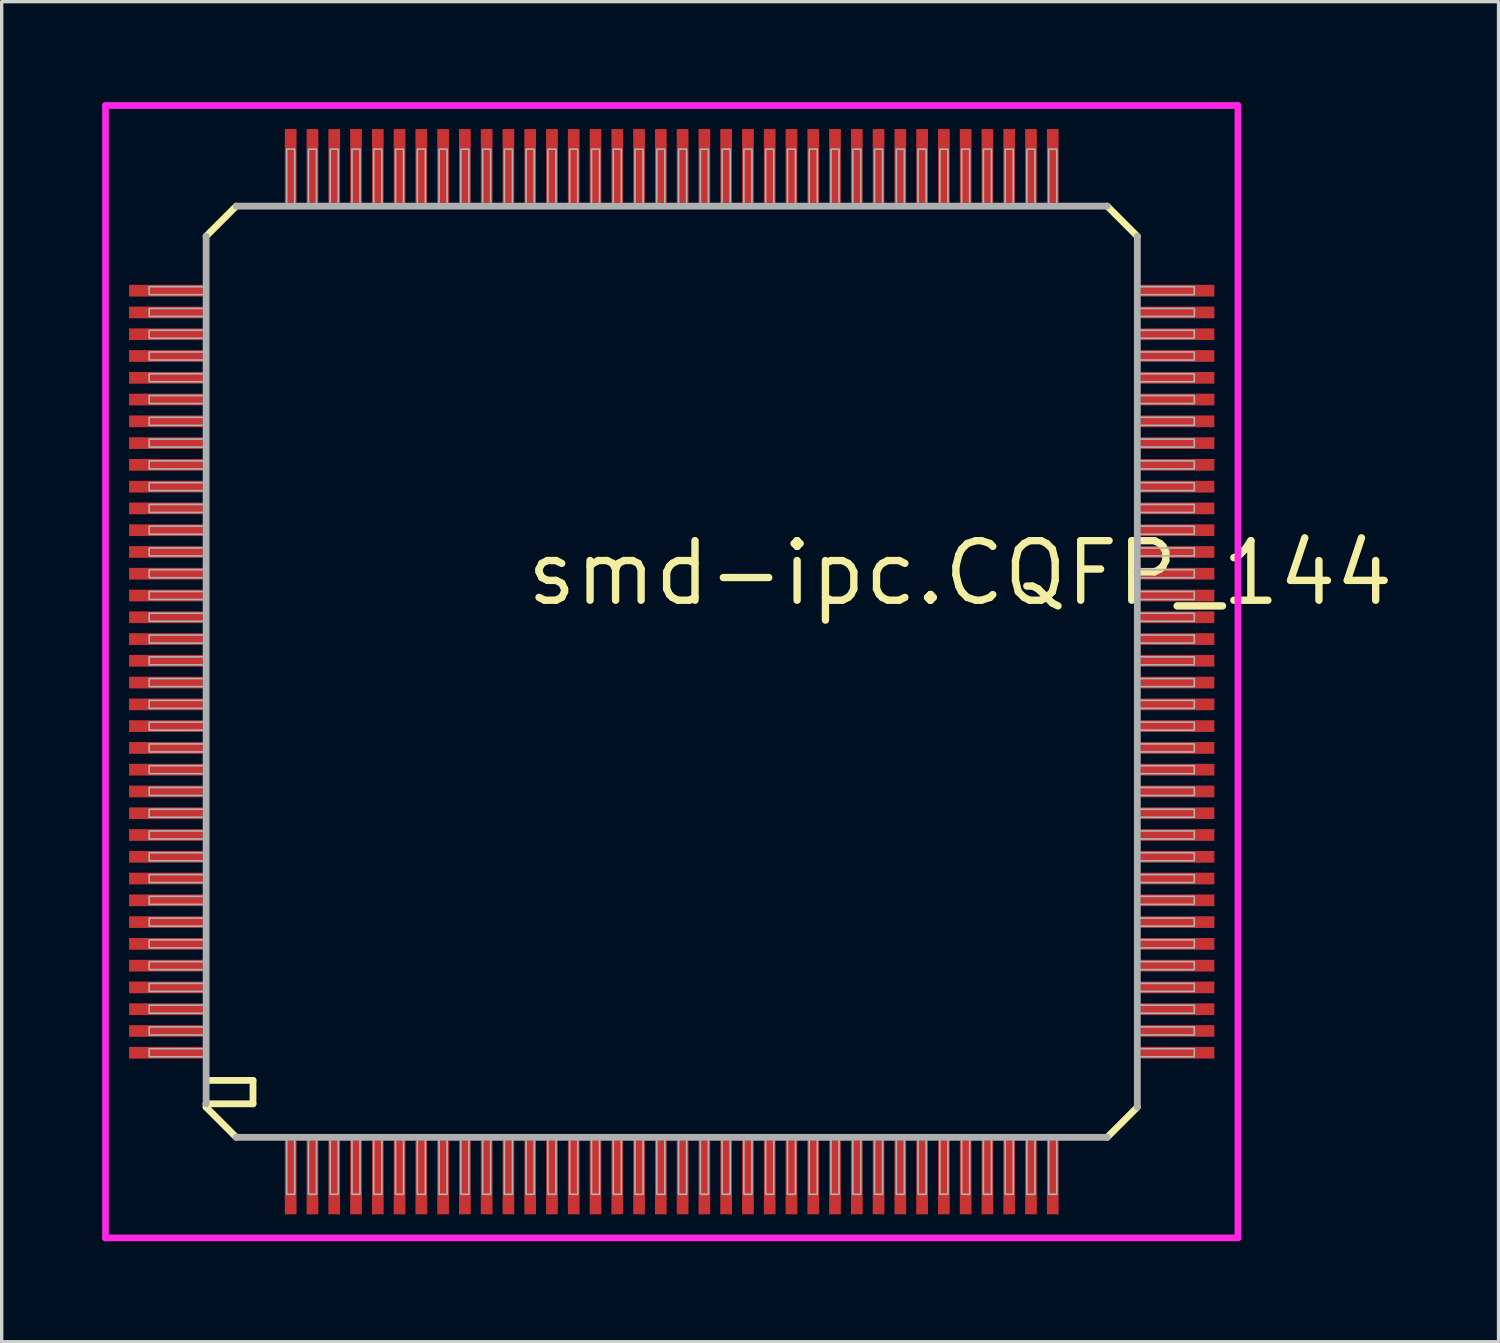
<source format=kicad_pcb>
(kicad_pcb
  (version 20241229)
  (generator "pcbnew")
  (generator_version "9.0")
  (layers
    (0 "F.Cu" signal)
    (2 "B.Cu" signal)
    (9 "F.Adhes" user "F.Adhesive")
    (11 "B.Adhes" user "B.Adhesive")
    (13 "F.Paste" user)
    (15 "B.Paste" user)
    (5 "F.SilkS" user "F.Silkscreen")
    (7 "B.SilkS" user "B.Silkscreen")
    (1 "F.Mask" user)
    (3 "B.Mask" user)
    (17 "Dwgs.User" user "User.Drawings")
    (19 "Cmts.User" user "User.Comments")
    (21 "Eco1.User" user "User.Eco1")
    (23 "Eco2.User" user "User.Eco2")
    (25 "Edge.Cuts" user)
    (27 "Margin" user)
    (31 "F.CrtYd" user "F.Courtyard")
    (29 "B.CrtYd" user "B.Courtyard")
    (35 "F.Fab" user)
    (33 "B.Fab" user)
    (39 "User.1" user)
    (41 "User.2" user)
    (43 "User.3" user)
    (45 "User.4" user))
  (footprint "smd-ipc.CQFP_144"
    (layer "F.Cu")
    (at 17.003 17.003)
    (property "Reference" "smd-ipc.CQFP_144" (at -4.445 -1.905 0) (layer "F.SilkS") (effects (font (size 1.778 1.778) (thickness 0.22)) (justify left bottom)))
    (attr smd)
    (fp_line (start -13.9 -13) (end -13 -13.9) (stroke (width 0.203) (type default)) (layer "F.SilkS"))
    (fp_line (start -13.9 12.9) (end -13.9 13) (stroke (width 0.203) (type default)) (layer "F.SilkS"))
    (fp_line (start -13.9 12.9) (end -12.5 12.9) (stroke (width 0.203) (type default)) (layer "F.SilkS"))
    (fp_line (start -13.9 13) (end -13 13.9) (stroke (width 0.203) (type default)) (layer "F.SilkS"))
    (fp_line (start -12.5 12.2) (end -13.8 12.2) (stroke (width 0.203) (type default)) (layer "F.SilkS"))
    (fp_line (start -12.5 12.9) (end -12.5 12.2) (stroke (width 0.203) (type default)) (layer "F.SilkS"))
    (fp_line (start 13 -13.9) (end 13.9 -13) (stroke (width 0.203) (type default)) (layer "F.SilkS"))
    (fp_line (start 13 13.9) (end 13.9 13) (stroke (width 0.203) (type default)) (layer "F.SilkS"))
    (fp_line (start -16.903 -16.903) (end 16.903 -16.903) (stroke (width 0.2) (type default)) (layer "F.CrtYd"))
    (fp_line (start -16.903 16.903) (end -16.903 -16.903) (stroke (width 0.2) (type default)) (layer "F.CrtYd"))
    (fp_line (start 16.903 -16.903) (end 16.903 16.903) (stroke (width 0.2) (type default)) (layer "F.CrtYd"))
    (fp_line (start 16.903 16.903) (end -16.903 16.903) (stroke (width 0.2) (type default)) (layer "F.CrtYd"))
    (fp_line (start -13.9 -13) (end -13.9 12.9) (stroke (width 0.203) (type default)) (layer "F.Fab"))
    (fp_line (start -13 13.9) (end 13 13.9) (stroke (width 0.203) (type default)) (layer "F.Fab"))
    (fp_line (start 13 -13.9) (end -13 -13.9) (stroke (width 0.203) (type default)) (layer "F.Fab"))
    (fp_line (start 13.9 13) (end 13.9 -13) (stroke (width 0.203) (type default)) (layer "F.Fab"))
    (fp_rect (start -15.6 -11.255) (end -13.9 -11.495) (stroke (width 0.05) (type default)) (fill no) (layer "F.Fab"))
    (fp_rect (start -15.6 -10.605) (end -13.9 -10.845) (stroke (width 0.05) (type default)) (fill no) (layer "F.Fab"))
    (fp_rect (start -15.6 -9.955) (end -13.9 -10.195) (stroke (width 0.05) (type default)) (fill no) (layer "F.Fab"))
    (fp_rect (start -15.6 -9.305) (end -13.9 -9.545) (stroke (width 0.05) (type default)) (fill no) (layer "F.Fab"))
    (fp_rect (start -15.6 -8.655) (end -13.9 -8.895) (stroke (width 0.05) (type default)) (fill no) (layer "F.Fab"))
    (fp_rect (start -15.6 -8.005) (end -13.9 -8.245) (stroke (width 0.05) (type default)) (fill no) (layer "F.Fab"))
    (fp_rect (start -15.6 -7.355) (end -13.9 -7.595) (stroke (width 0.05) (type default)) (fill no) (layer "F.Fab"))
    (fp_rect (start -15.6 -6.705) (end -13.9 -6.945) (stroke (width 0.05) (type default)) (fill no) (layer "F.Fab"))
    (fp_rect (start -15.6 -6.055) (end -13.9 -6.295) (stroke (width 0.05) (type default)) (fill no) (layer "F.Fab"))
    (fp_rect (start -15.6 -5.405) (end -13.9 -5.645) (stroke (width 0.05) (type default)) (fill no) (layer "F.Fab"))
    (fp_rect (start -15.6 -4.755) (end -13.9 -4.995) (stroke (width 0.05) (type default)) (fill no) (layer "F.Fab"))
    (fp_rect (start -15.6 -4.105) (end -13.9 -4.345) (stroke (width 0.05) (type default)) (fill no) (layer "F.Fab"))
    (fp_rect (start -15.6 -3.455) (end -13.9 -3.695) (stroke (width 0.05) (type default)) (fill no) (layer "F.Fab"))
    (fp_rect (start -15.6 -2.805) (end -13.9 -3.045) (stroke (width 0.05) (type default)) (fill no) (layer "F.Fab"))
    (fp_rect (start -15.6 -2.155) (end -13.9 -2.395) (stroke (width 0.05) (type default)) (fill no) (layer "F.Fab"))
    (fp_rect (start -15.6 -1.505) (end -13.9 -1.745) (stroke (width 0.05) (type default)) (fill no) (layer "F.Fab"))
    (fp_rect (start -15.6 -0.855) (end -13.9 -1.095) (stroke (width 0.05) (type default)) (fill no) (layer "F.Fab"))
    (fp_rect (start -15.6 -0.205) (end -13.9 -0.445) (stroke (width 0.05) (type default)) (fill no) (layer "F.Fab"))
    (fp_rect (start -15.6 0.445) (end -13.9 0.205) (stroke (width 0.05) (type default)) (fill no) (layer "F.Fab"))
    (fp_rect (start -15.6 1.095) (end -13.9 0.855) (stroke (width 0.05) (type default)) (fill no) (layer "F.Fab"))
    (fp_rect (start -15.6 1.745) (end -13.9 1.505) (stroke (width 0.05) (type default)) (fill no) (layer "F.Fab"))
    (fp_rect (start -15.6 2.395) (end -13.9 2.155) (stroke (width 0.05) (type default)) (fill no) (layer "F.Fab"))
    (fp_rect (start -15.6 3.045) (end -13.9 2.805) (stroke (width 0.05) (type default)) (fill no) (layer "F.Fab"))
    (fp_rect (start -15.6 3.695) (end -13.9 3.455) (stroke (width 0.05) (type default)) (fill no) (layer "F.Fab"))
    (fp_rect (start -15.6 4.345) (end -13.9 4.105) (stroke (width 0.05) (type default)) (fill no) (layer "F.Fab"))
    (fp_rect (start -15.6 4.995) (end -13.9 4.755) (stroke (width 0.05) (type default)) (fill no) (layer "F.Fab"))
    (fp_rect (start -15.6 5.645) (end -13.9 5.405) (stroke (width 0.05) (type default)) (fill no) (layer "F.Fab"))
    (fp_rect (start -15.6 6.295) (end -13.9 6.055) (stroke (width 0.05) (type default)) (fill no) (layer "F.Fab"))
    (fp_rect (start -15.6 6.945) (end -13.9 6.705) (stroke (width 0.05) (type default)) (fill no) (layer "F.Fab"))
    (fp_rect (start -15.6 7.595) (end -13.9 7.355) (stroke (width 0.05) (type default)) (fill no) (layer "F.Fab"))
    (fp_rect (start -15.6 8.245) (end -13.9 8.005) (stroke (width 0.05) (type default)) (fill no) (layer "F.Fab"))
    (fp_rect (start -15.6 8.895) (end -13.9 8.655) (stroke (width 0.05) (type default)) (fill no) (layer "F.Fab"))
    (fp_rect (start -15.6 9.545) (end -13.9 9.305) (stroke (width 0.05) (type default)) (fill no) (layer "F.Fab"))
    (fp_rect (start -15.6 10.195) (end -13.9 9.955) (stroke (width 0.05) (type default)) (fill no) (layer "F.Fab"))
    (fp_rect (start -15.6 10.845) (end -13.9 10.605) (stroke (width 0.05) (type default)) (fill no) (layer "F.Fab"))
    (fp_rect (start -15.6 11.495) (end -13.9 11.255) (stroke (width 0.05) (type default)) (fill no) (layer "F.Fab"))
    (fp_rect (start -11.495 -13.9) (end -11.255 -15.6) (stroke (width 0.05) (type default)) (fill no) (layer "F.Fab"))
    (fp_rect (start -11.495 15.6) (end -11.255 13.9) (stroke (width 0.05) (type default)) (fill no) (layer "F.Fab"))
    (fp_rect (start -10.845 -13.9) (end -10.605 -15.6) (stroke (width 0.05) (type default)) (fill no) (layer "F.Fab"))
    (fp_rect (start -10.845 15.6) (end -10.605 13.9) (stroke (width 0.05) (type default)) (fill no) (layer "F.Fab"))
    (fp_rect (start -10.195 -13.9) (end -9.955 -15.6) (stroke (width 0.05) (type default)) (fill no) (layer "F.Fab"))
    (fp_rect (start -10.195 15.6) (end -9.955 13.9) (stroke (width 0.05) (type default)) (fill no) (layer "F.Fab"))
    (fp_rect (start -9.545 -13.9) (end -9.305 -15.6) (stroke (width 0.05) (type default)) (fill no) (layer "F.Fab"))
    (fp_rect (start -9.545 15.6) (end -9.305 13.9) (stroke (width 0.05) (type default)) (fill no) (layer "F.Fab"))
    (fp_rect (start -8.895 -13.9) (end -8.655 -15.6) (stroke (width 0.05) (type default)) (fill no) (layer "F.Fab"))
    (fp_rect (start -8.895 15.6) (end -8.655 13.9) (stroke (width 0.05) (type default)) (fill no) (layer "F.Fab"))
    (fp_rect (start -8.245 -13.9) (end -8.005 -15.6) (stroke (width 0.05) (type default)) (fill no) (layer "F.Fab"))
    (fp_rect (start -8.245 15.6) (end -8.005 13.9) (stroke (width 0.05) (type default)) (fill no) (layer "F.Fab"))
    (fp_rect (start -7.595 -13.9) (end -7.355 -15.6) (stroke (width 0.05) (type default)) (fill no) (layer "F.Fab"))
    (fp_rect (start -7.595 15.6) (end -7.355 13.9) (stroke (width 0.05) (type default)) (fill no) (layer "F.Fab"))
    (fp_rect (start -6.945 -13.9) (end -6.705 -15.6) (stroke (width 0.05) (type default)) (fill no) (layer "F.Fab"))
    (fp_rect (start -6.945 15.6) (end -6.705 13.9) (stroke (width 0.05) (type default)) (fill no) (layer "F.Fab"))
    (fp_rect (start -6.295 -13.9) (end -6.055 -15.6) (stroke (width 0.05) (type default)) (fill no) (layer "F.Fab"))
    (fp_rect (start -6.295 15.6) (end -6.055 13.9) (stroke (width 0.05) (type default)) (fill no) (layer "F.Fab"))
    (fp_rect (start -5.645 -13.9) (end -5.405 -15.6) (stroke (width 0.05) (type default)) (fill no) (layer "F.Fab"))
    (fp_rect (start -5.645 15.6) (end -5.405 13.9) (stroke (width 0.05) (type default)) (fill no) (layer "F.Fab"))
    (fp_rect (start -4.995 -13.9) (end -4.755 -15.6) (stroke (width 0.05) (type default)) (fill no) (layer "F.Fab"))
    (fp_rect (start -4.995 15.6) (end -4.755 13.9) (stroke (width 0.05) (type default)) (fill no) (layer "F.Fab"))
    (fp_rect (start -4.345 -13.9) (end -4.105 -15.6) (stroke (width 0.05) (type default)) (fill no) (layer "F.Fab"))
    (fp_rect (start -4.345 15.6) (end -4.105 13.9) (stroke (width 0.05) (type default)) (fill no) (layer "F.Fab"))
    (fp_rect (start -3.695 -13.9) (end -3.455 -15.6) (stroke (width 0.05) (type default)) (fill no) (layer "F.Fab"))
    (fp_rect (start -3.695 15.6) (end -3.455 13.9) (stroke (width 0.05) (type default)) (fill no) (layer "F.Fab"))
    (fp_rect (start -3.045 -13.9) (end -2.805 -15.6) (stroke (width 0.05) (type default)) (fill no) (layer "F.Fab"))
    (fp_rect (start -3.045 15.6) (end -2.805 13.9) (stroke (width 0.05) (type default)) (fill no) (layer "F.Fab"))
    (fp_rect (start -2.395 -13.9) (end -2.155 -15.6) (stroke (width 0.05) (type default)) (fill no) (layer "F.Fab"))
    (fp_rect (start -2.395 15.6) (end -2.155 13.9) (stroke (width 0.05) (type default)) (fill no) (layer "F.Fab"))
    (fp_rect (start -1.745 -13.9) (end -1.505 -15.6) (stroke (width 0.05) (type default)) (fill no) (layer "F.Fab"))
    (fp_rect (start -1.745 15.6) (end -1.505 13.9) (stroke (width 0.05) (type default)) (fill no) (layer "F.Fab"))
    (fp_rect (start -1.095 -13.9) (end -0.855 -15.6) (stroke (width 0.05) (type default)) (fill no) (layer "F.Fab"))
    (fp_rect (start -1.095 15.6) (end -0.855 13.9) (stroke (width 0.05) (type default)) (fill no) (layer "F.Fab"))
    (fp_rect (start -0.445 -13.9) (end -0.205 -15.6) (stroke (width 0.05) (type default)) (fill no) (layer "F.Fab"))
    (fp_rect (start -0.445 15.6) (end -0.205 13.9) (stroke (width 0.05) (type default)) (fill no) (layer "F.Fab"))
    (fp_rect (start 0.205 -13.9) (end 0.445 -15.6) (stroke (width 0.05) (type default)) (fill no) (layer "F.Fab"))
    (fp_rect (start 0.205 15.6) (end 0.445 13.9) (stroke (width 0.05) (type default)) (fill no) (layer "F.Fab"))
    (fp_rect (start 0.855 -13.9) (end 1.095 -15.6) (stroke (width 0.05) (type default)) (fill no) (layer "F.Fab"))
    (fp_rect (start 0.855 15.6) (end 1.095 13.9) (stroke (width 0.05) (type default)) (fill no) (layer "F.Fab"))
    (fp_rect (start 1.505 -13.9) (end 1.745 -15.6) (stroke (width 0.05) (type default)) (fill no) (layer "F.Fab"))
    (fp_rect (start 1.505 15.6) (end 1.745 13.9) (stroke (width 0.05) (type default)) (fill no) (layer "F.Fab"))
    (fp_rect (start 2.155 -13.9) (end 2.395 -15.6) (stroke (width 0.05) (type default)) (fill no) (layer "F.Fab"))
    (fp_rect (start 2.155 15.6) (end 2.395 13.9) (stroke (width 0.05) (type default)) (fill no) (layer "F.Fab"))
    (fp_rect (start 2.805 -13.9) (end 3.045 -15.6) (stroke (width 0.05) (type default)) (fill no) (layer "F.Fab"))
    (fp_rect (start 2.805 15.6) (end 3.045 13.9) (stroke (width 0.05) (type default)) (fill no) (layer "F.Fab"))
    (fp_rect (start 3.455 -13.9) (end 3.695 -15.6) (stroke (width 0.05) (type default)) (fill no) (layer "F.Fab"))
    (fp_rect (start 3.455 15.6) (end 3.695 13.9) (stroke (width 0.05) (type default)) (fill no) (layer "F.Fab"))
    (fp_rect (start 4.105 -13.9) (end 4.345 -15.6) (stroke (width 0.05) (type default)) (fill no) (layer "F.Fab"))
    (fp_rect (start 4.105 15.6) (end 4.345 13.9) (stroke (width 0.05) (type default)) (fill no) (layer "F.Fab"))
    (fp_rect (start 4.755 -13.9) (end 4.995 -15.6) (stroke (width 0.05) (type default)) (fill no) (layer "F.Fab"))
    (fp_rect (start 4.755 15.6) (end 4.995 13.9) (stroke (width 0.05) (type default)) (fill no) (layer "F.Fab"))
    (fp_rect (start 5.405 -13.9) (end 5.645 -15.6) (stroke (width 0.05) (type default)) (fill no) (layer "F.Fab"))
    (fp_rect (start 5.405 15.6) (end 5.645 13.9) (stroke (width 0.05) (type default)) (fill no) (layer "F.Fab"))
    (fp_rect (start 6.055 -13.9) (end 6.295 -15.6) (stroke (width 0.05) (type default)) (fill no) (layer "F.Fab"))
    (fp_rect (start 6.055 15.6) (end 6.295 13.9) (stroke (width 0.05) (type default)) (fill no) (layer "F.Fab"))
    (fp_rect (start 6.705 -13.9) (end 6.945 -15.6) (stroke (width 0.05) (type default)) (fill no) (layer "F.Fab"))
    (fp_rect (start 6.705 15.6) (end 6.945 13.9) (stroke (width 0.05) (type default)) (fill no) (layer "F.Fab"))
    (fp_rect (start 7.355 -13.9) (end 7.595 -15.6) (stroke (width 0.05) (type default)) (fill no) (layer "F.Fab"))
    (fp_rect (start 7.355 15.6) (end 7.595 13.9) (stroke (width 0.05) (type default)) (fill no) (layer "F.Fab"))
    (fp_rect (start 8.005 -13.9) (end 8.245 -15.6) (stroke (width 0.05) (type default)) (fill no) (layer "F.Fab"))
    (fp_rect (start 8.005 15.6) (end 8.245 13.9) (stroke (width 0.05) (type default)) (fill no) (layer "F.Fab"))
    (fp_rect (start 8.655 -13.9) (end 8.895 -15.6) (stroke (width 0.05) (type default)) (fill no) (layer "F.Fab"))
    (fp_rect (start 8.655 15.6) (end 8.895 13.9) (stroke (width 0.05) (type default)) (fill no) (layer "F.Fab"))
    (fp_rect (start 9.305 -13.9) (end 9.545 -15.6) (stroke (width 0.05) (type default)) (fill no) (layer "F.Fab"))
    (fp_rect (start 9.305 15.6) (end 9.545 13.9) (stroke (width 0.05) (type default)) (fill no) (layer "F.Fab"))
    (fp_rect (start 9.955 -13.9) (end 10.195 -15.6) (stroke (width 0.05) (type default)) (fill no) (layer "F.Fab"))
    (fp_rect (start 9.955 15.6) (end 10.195 13.9) (stroke (width 0.05) (type default)) (fill no) (layer "F.Fab"))
    (fp_rect (start 10.605 -13.9) (end 10.845 -15.6) (stroke (width 0.05) (type default)) (fill no) (layer "F.Fab"))
    (fp_rect (start 10.605 15.6) (end 10.845 13.9) (stroke (width 0.05) (type default)) (fill no) (layer "F.Fab"))
    (fp_rect (start 11.255 -13.9) (end 11.495 -15.6) (stroke (width 0.05) (type default)) (fill no) (layer "F.Fab"))
    (fp_rect (start 11.255 15.6) (end 11.495 13.9) (stroke (width 0.05) (type default)) (fill no) (layer "F.Fab"))
    (fp_rect (start 13.9 -11.255) (end 15.6 -11.495) (stroke (width 0.05) (type default)) (fill no) (layer "F.Fab"))
    (fp_rect (start 13.9 -10.605) (end 15.6 -10.845) (stroke (width 0.05) (type default)) (fill no) (layer "F.Fab"))
    (fp_rect (start 13.9 -9.955) (end 15.6 -10.195) (stroke (width 0.05) (type default)) (fill no) (layer "F.Fab"))
    (fp_rect (start 13.9 -9.305) (end 15.6 -9.545) (stroke (width 0.05) (type default)) (fill no) (layer "F.Fab"))
    (fp_rect (start 13.9 -8.655) (end 15.6 -8.895) (stroke (width 0.05) (type default)) (fill no) (layer "F.Fab"))
    (fp_rect (start 13.9 -8.005) (end 15.6 -8.245) (stroke (width 0.05) (type default)) (fill no) (layer "F.Fab"))
    (fp_rect (start 13.9 -7.355) (end 15.6 -7.595) (stroke (width 0.05) (type default)) (fill no) (layer "F.Fab"))
    (fp_rect (start 13.9 -6.705) (end 15.6 -6.945) (stroke (width 0.05) (type default)) (fill no) (layer "F.Fab"))
    (fp_rect (start 13.9 -6.055) (end 15.6 -6.295) (stroke (width 0.05) (type default)) (fill no) (layer "F.Fab"))
    (fp_rect (start 13.9 -5.405) (end 15.6 -5.645) (stroke (width 0.05) (type default)) (fill no) (layer "F.Fab"))
    (fp_rect (start 13.9 -4.755) (end 15.6 -4.995) (stroke (width 0.05) (type default)) (fill no) (layer "F.Fab"))
    (fp_rect (start 13.9 -4.105) (end 15.6 -4.345) (stroke (width 0.05) (type default)) (fill no) (layer "F.Fab"))
    (fp_rect (start 13.9 -3.455) (end 15.6 -3.695) (stroke (width 0.05) (type default)) (fill no) (layer "F.Fab"))
    (fp_rect (start 13.9 -2.805) (end 15.6 -3.045) (stroke (width 0.05) (type default)) (fill no) (layer "F.Fab"))
    (fp_rect (start 13.9 -2.155) (end 15.6 -2.395) (stroke (width 0.05) (type default)) (fill no) (layer "F.Fab"))
    (fp_rect (start 13.9 -1.505) (end 15.6 -1.745) (stroke (width 0.05) (type default)) (fill no) (layer "F.Fab"))
    (fp_rect (start 13.9 -0.855) (end 15.6 -1.095) (stroke (width 0.05) (type default)) (fill no) (layer "F.Fab"))
    (fp_rect (start 13.9 -0.205) (end 15.6 -0.445) (stroke (width 0.05) (type default)) (fill no) (layer "F.Fab"))
    (fp_rect (start 13.9 0.445) (end 15.6 0.205) (stroke (width 0.05) (type default)) (fill no) (layer "F.Fab"))
    (fp_rect (start 13.9 1.095) (end 15.6 0.855) (stroke (width 0.05) (type default)) (fill no) (layer "F.Fab"))
    (fp_rect (start 13.9 1.745) (end 15.6 1.505) (stroke (width 0.05) (type default)) (fill no) (layer "F.Fab"))
    (fp_rect (start 13.9 2.395) (end 15.6 2.155) (stroke (width 0.05) (type default)) (fill no) (layer "F.Fab"))
    (fp_rect (start 13.9 3.045) (end 15.6 2.805) (stroke (width 0.05) (type default)) (fill no) (layer "F.Fab"))
    (fp_rect (start 13.9 3.695) (end 15.6 3.455) (stroke (width 0.05) (type default)) (fill no) (layer "F.Fab"))
    (fp_rect (start 13.9 4.345) (end 15.6 4.105) (stroke (width 0.05) (type default)) (fill no) (layer "F.Fab"))
    (fp_rect (start 13.9 4.995) (end 15.6 4.755) (stroke (width 0.05) (type default)) (fill no) (layer "F.Fab"))
    (fp_rect (start 13.9 5.645) (end 15.6 5.405) (stroke (width 0.05) (type default)) (fill no) (layer "F.Fab"))
    (fp_rect (start 13.9 6.295) (end 15.6 6.055) (stroke (width 0.05) (type default)) (fill no) (layer "F.Fab"))
    (fp_rect (start 13.9 6.945) (end 15.6 6.705) (stroke (width 0.05) (type default)) (fill no) (layer "F.Fab"))
    (fp_rect (start 13.9 7.595) (end 15.6 7.355) (stroke (width 0.05) (type default)) (fill no) (layer "F.Fab"))
    (fp_rect (start 13.9 8.245) (end 15.6 8.005) (stroke (width 0.05) (type default)) (fill no) (layer "F.Fab"))
    (fp_rect (start 13.9 8.895) (end 15.6 8.655) (stroke (width 0.05) (type default)) (fill no) (layer "F.Fab"))
    (fp_rect (start 13.9 9.545) (end 15.6 9.305) (stroke (width 0.05) (type default)) (fill no) (layer "F.Fab"))
    (fp_rect (start 13.9 10.195) (end 15.6 9.955) (stroke (width 0.05) (type default)) (fill no) (layer "F.Fab"))
    (fp_rect (start 13.9 10.845) (end 15.6 10.605) (stroke (width 0.05) (type default)) (fill no) (layer "F.Fab"))
    (fp_rect (start 13.9 11.495) (end 15.6 11.255) (stroke (width 0.05) (type default)) (fill no) (layer "F.Fab"))
    (pad "1" smd roundrect (at -11.375 15.1) (size 0.35 2.2) (layers "F.Cu" "F.Mask" "F.Paste") (roundrect_rratio 0.01))
    (pad "2" smd roundrect (at -10.725 15.1) (size 0.35 2.2) (layers "F.Cu" "F.Mask" "F.Paste") (roundrect_rratio 0.01))
    (pad "3" smd roundrect (at -10.075 15.1) (size 0.35 2.2) (layers "F.Cu" "F.Mask" "F.Paste") (roundrect_rratio 0.01))
    (pad "4" smd roundrect (at -9.425 15.1) (size 0.35 2.2) (layers "F.Cu" "F.Mask" "F.Paste") (roundrect_rratio 0.01))
    (pad "5" smd roundrect (at -8.775 15.1) (size 0.35 2.2) (layers "F.Cu" "F.Mask" "F.Paste") (roundrect_rratio 0.01))
    (pad "6" smd roundrect (at -8.125 15.1) (size 0.35 2.2) (layers "F.Cu" "F.Mask" "F.Paste") (roundrect_rratio 0.01))
    (pad "7" smd roundrect (at -7.475 15.1) (size 0.35 2.2) (layers "F.Cu" "F.Mask" "F.Paste") (roundrect_rratio 0.01))
    (pad "8" smd roundrect (at -6.825 15.1) (size 0.35 2.2) (layers "F.Cu" "F.Mask" "F.Paste") (roundrect_rratio 0.01))
    (pad "9" smd roundrect (at -6.175 15.1) (size 0.35 2.2) (layers "F.Cu" "F.Mask" "F.Paste") (roundrect_rratio 0.01))
    (pad "10" smd roundrect (at -5.525 15.1) (size 0.35 2.2) (layers "F.Cu" "F.Mask" "F.Paste") (roundrect_rratio 0.01))
    (pad "11" smd roundrect (at -4.875 15.1) (size 0.35 2.2) (layers "F.Cu" "F.Mask" "F.Paste") (roundrect_rratio 0.01))
    (pad "12" smd roundrect (at -4.225 15.1) (size 0.35 2.2) (layers "F.Cu" "F.Mask" "F.Paste") (roundrect_rratio 0.01))
    (pad "13" smd roundrect (at -3.575 15.1) (size 0.35 2.2) (layers "F.Cu" "F.Mask" "F.Paste") (roundrect_rratio 0.01))
    (pad "14" smd roundrect (at -2.925 15.1) (size 0.35 2.2) (layers "F.Cu" "F.Mask" "F.Paste") (roundrect_rratio 0.01))
    (pad "15" smd roundrect (at -2.275 15.1) (size 0.35 2.2) (layers "F.Cu" "F.Mask" "F.Paste") (roundrect_rratio 0.01))
    (pad "16" smd roundrect (at -1.625 15.1) (size 0.35 2.2) (layers "F.Cu" "F.Mask" "F.Paste") (roundrect_rratio 0.01))
    (pad "17" smd roundrect (at -0.975 15.1) (size 0.35 2.2) (layers "F.Cu" "F.Mask" "F.Paste") (roundrect_rratio 0.01))
    (pad "18" smd roundrect (at -0.325 15.1) (size 0.35 2.2) (layers "F.Cu" "F.Mask" "F.Paste") (roundrect_rratio 0.01))
    (pad "19" smd roundrect (at 0.325 15.1) (size 0.35 2.2) (layers "F.Cu" "F.Mask" "F.Paste") (roundrect_rratio 0.01))
    (pad "20" smd roundrect (at 0.975 15.1) (size 0.35 2.2) (layers "F.Cu" "F.Mask" "F.Paste") (roundrect_rratio 0.01))
    (pad "21" smd roundrect (at 1.625 15.1) (size 0.35 2.2) (layers "F.Cu" "F.Mask" "F.Paste") (roundrect_rratio 0.01))
    (pad "22" smd roundrect (at 2.275 15.1) (size 0.35 2.2) (layers "F.Cu" "F.Mask" "F.Paste") (roundrect_rratio 0.01))
    (pad "23" smd roundrect (at 2.925 15.1) (size 0.35 2.2) (layers "F.Cu" "F.Mask" "F.Paste") (roundrect_rratio 0.01))
    (pad "24" smd roundrect (at 3.575 15.1) (size 0.35 2.2) (layers "F.Cu" "F.Mask" "F.Paste") (roundrect_rratio 0.01))
    (pad "25" smd roundrect (at 4.225 15.1) (size 0.35 2.2) (layers "F.Cu" "F.Mask" "F.Paste") (roundrect_rratio 0.01))
    (pad "26" smd roundrect (at 4.875 15.1) (size 0.35 2.2) (layers "F.Cu" "F.Mask" "F.Paste") (roundrect_rratio 0.01))
    (pad "27" smd roundrect (at 5.525 15.1) (size 0.35 2.2) (layers "F.Cu" "F.Mask" "F.Paste") (roundrect_rratio 0.01))
    (pad "28" smd roundrect (at 6.175 15.1) (size 0.35 2.2) (layers "F.Cu" "F.Mask" "F.Paste") (roundrect_rratio 0.01))
    (pad "29" smd roundrect (at 6.825 15.1) (size 0.35 2.2) (layers "F.Cu" "F.Mask" "F.Paste") (roundrect_rratio 0.01))
    (pad "30" smd roundrect (at 7.475 15.1) (size 0.35 2.2) (layers "F.Cu" "F.Mask" "F.Paste") (roundrect_rratio 0.01))
    (pad "31" smd roundrect (at 8.125 15.1) (size 0.35 2.2) (layers "F.Cu" "F.Mask" "F.Paste") (roundrect_rratio 0.01))
    (pad "32" smd roundrect (at 8.775 15.1) (size 0.35 2.2) (layers "F.Cu" "F.Mask" "F.Paste") (roundrect_rratio 0.01))
    (pad "33" smd roundrect (at 9.425 15.1) (size 0.35 2.2) (layers "F.Cu" "F.Mask" "F.Paste") (roundrect_rratio 0.01))
    (pad "34" smd roundrect (at 10.075 15.1) (size 0.35 2.2) (layers "F.Cu" "F.Mask" "F.Paste") (roundrect_rratio 0.01))
    (pad "35" smd roundrect (at 10.725 15.1) (size 0.35 2.2) (layers "F.Cu" "F.Mask" "F.Paste") (roundrect_rratio 0.01))
    (pad "36" smd roundrect (at 11.375 15.1) (size 0.35 2.2) (layers "F.Cu" "F.Mask" "F.Paste") (roundrect_rratio 0.01))
    (pad "37" smd roundrect (at 15.1 11.375) (size 2.2 0.35) (layers "F.Cu" "F.Mask" "F.Paste") (roundrect_rratio 0.01))
    (pad "38" smd roundrect (at 15.1 10.725) (size 2.2 0.35) (layers "F.Cu" "F.Mask" "F.Paste") (roundrect_rratio 0.01))
    (pad "39" smd roundrect (at 15.1 10.075) (size 2.2 0.35) (layers "F.Cu" "F.Mask" "F.Paste") (roundrect_rratio 0.01))
    (pad "40" smd roundrect (at 15.1 9.425) (size 2.2 0.35) (layers "F.Cu" "F.Mask" "F.Paste") (roundrect_rratio 0.01))
    (pad "41" smd roundrect (at 15.1 8.775) (size 2.2 0.35) (layers "F.Cu" "F.Mask" "F.Paste") (roundrect_rratio 0.01))
    (pad "42" smd roundrect (at 15.1 8.125) (size 2.2 0.35) (layers "F.Cu" "F.Mask" "F.Paste") (roundrect_rratio 0.01))
    (pad "43" smd roundrect (at 15.1 7.475) (size 2.2 0.35) (layers "F.Cu" "F.Mask" "F.Paste") (roundrect_rratio 0.01))
    (pad "44" smd roundrect (at 15.1 6.825) (size 2.2 0.35) (layers "F.Cu" "F.Mask" "F.Paste") (roundrect_rratio 0.01))
    (pad "45" smd roundrect (at 15.1 6.175) (size 2.2 0.35) (layers "F.Cu" "F.Mask" "F.Paste") (roundrect_rratio 0.01))
    (pad "46" smd roundrect (at 15.1 5.525) (size 2.2 0.35) (layers "F.Cu" "F.Mask" "F.Paste") (roundrect_rratio 0.01))
    (pad "47" smd roundrect (at 15.1 4.875) (size 2.2 0.35) (layers "F.Cu" "F.Mask" "F.Paste") (roundrect_rratio 0.01))
    (pad "48" smd roundrect (at 15.1 4.225) (size 2.2 0.35) (layers "F.Cu" "F.Mask" "F.Paste") (roundrect_rratio 0.01))
    (pad "49" smd roundrect (at 15.1 3.575) (size 2.2 0.35) (layers "F.Cu" "F.Mask" "F.Paste") (roundrect_rratio 0.01))
    (pad "50" smd roundrect (at 15.1 2.925) (size 2.2 0.35) (layers "F.Cu" "F.Mask" "F.Paste") (roundrect_rratio 0.01))
    (pad "51" smd roundrect (at 15.1 2.275) (size 2.2 0.35) (layers "F.Cu" "F.Mask" "F.Paste") (roundrect_rratio 0.01))
    (pad "52" smd roundrect (at 15.1 1.625) (size 2.2 0.35) (layers "F.Cu" "F.Mask" "F.Paste") (roundrect_rratio 0.01))
    (pad "53" smd roundrect (at 15.1 0.975) (size 2.2 0.35) (layers "F.Cu" "F.Mask" "F.Paste") (roundrect_rratio 0.01))
    (pad "54" smd roundrect (at 15.1 0.325) (size 2.2 0.35) (layers "F.Cu" "F.Mask" "F.Paste") (roundrect_rratio 0.01))
    (pad "55" smd roundrect (at 15.1 -0.325) (size 2.2 0.35) (layers "F.Cu" "F.Mask" "F.Paste") (roundrect_rratio 0.01))
    (pad "56" smd roundrect (at 15.1 -0.975) (size 2.2 0.35) (layers "F.Cu" "F.Mask" "F.Paste") (roundrect_rratio 0.01))
    (pad "57" smd roundrect (at 15.1 -1.625) (size 2.2 0.35) (layers "F.Cu" "F.Mask" "F.Paste") (roundrect_rratio 0.01))
    (pad "58" smd roundrect (at 15.1 -2.275) (size 2.2 0.35) (layers "F.Cu" "F.Mask" "F.Paste") (roundrect_rratio 0.01))
    (pad "59" smd roundrect (at 15.1 -2.925) (size 2.2 0.35) (layers "F.Cu" "F.Mask" "F.Paste") (roundrect_rratio 0.01))
    (pad "60" smd roundrect (at 15.1 -3.575) (size 2.2 0.35) (layers "F.Cu" "F.Mask" "F.Paste") (roundrect_rratio 0.01))
    (pad "61" smd roundrect (at 15.1 -4.225) (size 2.2 0.35) (layers "F.Cu" "F.Mask" "F.Paste") (roundrect_rratio 0.01))
    (pad "62" smd roundrect (at 15.1 -4.875) (size 2.2 0.35) (layers "F.Cu" "F.Mask" "F.Paste") (roundrect_rratio 0.01))
    (pad "63" smd roundrect (at 15.1 -5.525) (size 2.2 0.35) (layers "F.Cu" "F.Mask" "F.Paste") (roundrect_rratio 0.01))
    (pad "64" smd roundrect (at 15.1 -6.175) (size 2.2 0.35) (layers "F.Cu" "F.Mask" "F.Paste") (roundrect_rratio 0.01))
    (pad "65" smd roundrect (at 15.1 -6.825) (size 2.2 0.35) (layers "F.Cu" "F.Mask" "F.Paste") (roundrect_rratio 0.01))
    (pad "66" smd roundrect (at 15.1 -7.475) (size 2.2 0.35) (layers "F.Cu" "F.Mask" "F.Paste") (roundrect_rratio 0.01))
    (pad "67" smd roundrect (at 15.1 -8.125) (size 2.2 0.35) (layers "F.Cu" "F.Mask" "F.Paste") (roundrect_rratio 0.01))
    (pad "68" smd roundrect (at 15.1 -8.775) (size 2.2 0.35) (layers "F.Cu" "F.Mask" "F.Paste") (roundrect_rratio 0.01))
    (pad "69" smd roundrect (at 15.1 -9.425) (size 2.2 0.35) (layers "F.Cu" "F.Mask" "F.Paste") (roundrect_rratio 0.01))
    (pad "70" smd roundrect (at 15.1 -10.075) (size 2.2 0.35) (layers "F.Cu" "F.Mask" "F.Paste") (roundrect_rratio 0.01))
    (pad "71" smd roundrect (at 15.1 -10.725) (size 2.2 0.35) (layers "F.Cu" "F.Mask" "F.Paste") (roundrect_rratio 0.01))
    (pad "72" smd roundrect (at 15.1 -11.375) (size 2.2 0.35) (layers "F.Cu" "F.Mask" "F.Paste") (roundrect_rratio 0.01))
    (pad "73" smd roundrect (at 11.375 -15.1) (size 0.35 2.2) (layers "F.Cu" "F.Mask" "F.Paste") (roundrect_rratio 0.01))
    (pad "74" smd roundrect (at 10.725 -15.1) (size 0.35 2.2) (layers "F.Cu" "F.Mask" "F.Paste") (roundrect_rratio 0.01))
    (pad "75" smd roundrect (at 10.075 -15.1) (size 0.35 2.2) (layers "F.Cu" "F.Mask" "F.Paste") (roundrect_rratio 0.01))
    (pad "76" smd roundrect (at 9.425 -15.1) (size 0.35 2.2) (layers "F.Cu" "F.Mask" "F.Paste") (roundrect_rratio 0.01))
    (pad "77" smd roundrect (at 8.775 -15.1) (size 0.35 2.2) (layers "F.Cu" "F.Mask" "F.Paste") (roundrect_rratio 0.01))
    (pad "78" smd roundrect (at 8.125 -15.1) (size 0.35 2.2) (layers "F.Cu" "F.Mask" "F.Paste") (roundrect_rratio 0.01))
    (pad "79" smd roundrect (at 7.475 -15.1) (size 0.35 2.2) (layers "F.Cu" "F.Mask" "F.Paste") (roundrect_rratio 0.01))
    (pad "80" smd roundrect (at 6.825 -15.1) (size 0.35 2.2) (layers "F.Cu" "F.Mask" "F.Paste") (roundrect_rratio 0.01))
    (pad "81" smd roundrect (at 6.175 -15.1) (size 0.35 2.2) (layers "F.Cu" "F.Mask" "F.Paste") (roundrect_rratio 0.01))
    (pad "82" smd roundrect (at 5.525 -15.1) (size 0.35 2.2) (layers "F.Cu" "F.Mask" "F.Paste") (roundrect_rratio 0.01))
    (pad "83" smd roundrect (at 4.875 -15.1) (size 0.35 2.2) (layers "F.Cu" "F.Mask" "F.Paste") (roundrect_rratio 0.01))
    (pad "84" smd roundrect (at 4.225 -15.1) (size 0.35 2.2) (layers "F.Cu" "F.Mask" "F.Paste") (roundrect_rratio 0.01))
    (pad "85" smd roundrect (at 3.575 -15.1) (size 0.35 2.2) (layers "F.Cu" "F.Mask" "F.Paste") (roundrect_rratio 0.01))
    (pad "86" smd roundrect (at 2.925 -15.1) (size 0.35 2.2) (layers "F.Cu" "F.Mask" "F.Paste") (roundrect_rratio 0.01))
    (pad "87" smd roundrect (at 2.275 -15.1) (size 0.35 2.2) (layers "F.Cu" "F.Mask" "F.Paste") (roundrect_rratio 0.01))
    (pad "88" smd roundrect (at 1.625 -15.1) (size 0.35 2.2) (layers "F.Cu" "F.Mask" "F.Paste") (roundrect_rratio 0.01))
    (pad "89" smd roundrect (at 0.975 -15.1) (size 0.35 2.2) (layers "F.Cu" "F.Mask" "F.Paste") (roundrect_rratio 0.01))
    (pad "90" smd roundrect (at 0.325 -15.1) (size 0.35 2.2) (layers "F.Cu" "F.Mask" "F.Paste") (roundrect_rratio 0.01))
    (pad "91" smd roundrect (at -0.325 -15.1) (size 0.35 2.2) (layers "F.Cu" "F.Mask" "F.Paste") (roundrect_rratio 0.01))
    (pad "92" smd roundrect (at -0.975 -15.1) (size 0.35 2.2) (layers "F.Cu" "F.Mask" "F.Paste") (roundrect_rratio 0.01))
    (pad "93" smd roundrect (at -1.625 -15.1) (size 0.35 2.2) (layers "F.Cu" "F.Mask" "F.Paste") (roundrect_rratio 0.01))
    (pad "94" smd roundrect (at -2.275 -15.1) (size 0.35 2.2) (layers "F.Cu" "F.Mask" "F.Paste") (roundrect_rratio 0.01))
    (pad "95" smd roundrect (at -2.925 -15.1) (size 0.35 2.2) (layers "F.Cu" "F.Mask" "F.Paste") (roundrect_rratio 0.01))
    (pad "96" smd roundrect (at -3.575 -15.1) (size 0.35 2.2) (layers "F.Cu" "F.Mask" "F.Paste") (roundrect_rratio 0.01))
    (pad "97" smd roundrect (at -4.225 -15.1) (size 0.35 2.2) (layers "F.Cu" "F.Mask" "F.Paste") (roundrect_rratio 0.01))
    (pad "98" smd roundrect (at -4.875 -15.1) (size 0.35 2.2) (layers "F.Cu" "F.Mask" "F.Paste") (roundrect_rratio 0.01))
    (pad "99" smd roundrect (at -5.525 -15.1) (size 0.35 2.2) (layers "F.Cu" "F.Mask" "F.Paste") (roundrect_rratio 0.01))
    (pad "100" smd roundrect (at -6.175 -15.1) (size 0.35 2.2) (layers "F.Cu" "F.Mask" "F.Paste") (roundrect_rratio 0.01))
    (pad "101" smd roundrect (at -6.825 -15.1) (size 0.35 2.2) (layers "F.Cu" "F.Mask" "F.Paste") (roundrect_rratio 0.01))
    (pad "102" smd roundrect (at -7.475 -15.1) (size 0.35 2.2) (layers "F.Cu" "F.Mask" "F.Paste") (roundrect_rratio 0.01))
    (pad "103" smd roundrect (at -8.125 -15.1) (size 0.35 2.2) (layers "F.Cu" "F.Mask" "F.Paste") (roundrect_rratio 0.01))
    (pad "104" smd roundrect (at -8.775 -15.1) (size 0.35 2.2) (layers "F.Cu" "F.Mask" "F.Paste") (roundrect_rratio 0.01))
    (pad "105" smd roundrect (at -9.425 -15.1) (size 0.35 2.2) (layers "F.Cu" "F.Mask" "F.Paste") (roundrect_rratio 0.01))
    (pad "106" smd roundrect (at -10.075 -15.1) (size 0.35 2.2) (layers "F.Cu" "F.Mask" "F.Paste") (roundrect_rratio 0.01))
    (pad "107" smd roundrect (at -10.725 -15.1) (size 0.35 2.2) (layers "F.Cu" "F.Mask" "F.Paste") (roundrect_rratio 0.01))
    (pad "108" smd roundrect (at -11.375 -15.1) (size 0.35 2.2) (layers "F.Cu" "F.Mask" "F.Paste") (roundrect_rratio 0.01))
    (pad "109" smd roundrect (at -15.1 -11.375) (size 2.2 0.35) (layers "F.Cu" "F.Mask" "F.Paste") (roundrect_rratio 0.01))
    (pad "110" smd roundrect (at -15.1 -10.725) (size 2.2 0.35) (layers "F.Cu" "F.Mask" "F.Paste") (roundrect_rratio 0.01))
    (pad "111" smd roundrect (at -15.1 -10.075) (size 2.2 0.35) (layers "F.Cu" "F.Mask" "F.Paste") (roundrect_rratio 0.01))
    (pad "112" smd roundrect (at -15.1 -9.425) (size 2.2 0.35) (layers "F.Cu" "F.Mask" "F.Paste") (roundrect_rratio 0.01))
    (pad "113" smd roundrect (at -15.1 -8.775) (size 2.2 0.35) (layers "F.Cu" "F.Mask" "F.Paste") (roundrect_rratio 0.01))
    (pad "114" smd roundrect (at -15.1 -8.125) (size 2.2 0.35) (layers "F.Cu" "F.Mask" "F.Paste") (roundrect_rratio 0.01))
    (pad "115" smd roundrect (at -15.1 -7.475) (size 2.2 0.35) (layers "F.Cu" "F.Mask" "F.Paste") (roundrect_rratio 0.01))
    (pad "116" smd roundrect (at -15.1 -6.825) (size 2.2 0.35) (layers "F.Cu" "F.Mask" "F.Paste") (roundrect_rratio 0.01))
    (pad "117" smd roundrect (at -15.1 -6.175) (size 2.2 0.35) (layers "F.Cu" "F.Mask" "F.Paste") (roundrect_rratio 0.01))
    (pad "118" smd roundrect (at -15.1 -5.525) (size 2.2 0.35) (layers "F.Cu" "F.Mask" "F.Paste") (roundrect_rratio 0.01))
    (pad "119" smd roundrect (at -15.1 -4.875) (size 2.2 0.35) (layers "F.Cu" "F.Mask" "F.Paste") (roundrect_rratio 0.01))
    (pad "120" smd roundrect (at -15.1 -4.225) (size 2.2 0.35) (layers "F.Cu" "F.Mask" "F.Paste") (roundrect_rratio 0.01))
    (pad "121" smd roundrect (at -15.1 -3.575) (size 2.2 0.35) (layers "F.Cu" "F.Mask" "F.Paste") (roundrect_rratio 0.01))
    (pad "122" smd roundrect (at -15.1 -2.925) (size 2.2 0.35) (layers "F.Cu" "F.Mask" "F.Paste") (roundrect_rratio 0.01))
    (pad "123" smd roundrect (at -15.1 -2.275) (size 2.2 0.35) (layers "F.Cu" "F.Mask" "F.Paste") (roundrect_rratio 0.01))
    (pad "124" smd roundrect (at -15.1 -1.625) (size 2.2 0.35) (layers "F.Cu" "F.Mask" "F.Paste") (roundrect_rratio 0.01))
    (pad "125" smd roundrect (at -15.1 -0.975) (size 2.2 0.35) (layers "F.Cu" "F.Mask" "F.Paste") (roundrect_rratio 0.01))
    (pad "126" smd roundrect (at -15.1 -0.325) (size 2.2 0.35) (layers "F.Cu" "F.Mask" "F.Paste") (roundrect_rratio 0.01))
    (pad "127" smd roundrect (at -15.1 0.325) (size 2.2 0.35) (layers "F.Cu" "F.Mask" "F.Paste") (roundrect_rratio 0.01))
    (pad "128" smd roundrect (at -15.1 0.975) (size 2.2 0.35) (layers "F.Cu" "F.Mask" "F.Paste") (roundrect_rratio 0.01))
    (pad "129" smd roundrect (at -15.1 1.625) (size 2.2 0.35) (layers "F.Cu" "F.Mask" "F.Paste") (roundrect_rratio 0.01))
    (pad "130" smd roundrect (at -15.1 2.275) (size 2.2 0.35) (layers "F.Cu" "F.Mask" "F.Paste") (roundrect_rratio 0.01))
    (pad "131" smd roundrect (at -15.1 2.925) (size 2.2 0.35) (layers "F.Cu" "F.Mask" "F.Paste") (roundrect_rratio 0.01))
    (pad "132" smd roundrect (at -15.1 3.575) (size 2.2 0.35) (layers "F.Cu" "F.Mask" "F.Paste") (roundrect_rratio 0.01))
    (pad "133" smd roundrect (at -15.1 4.225) (size 2.2 0.35) (layers "F.Cu" "F.Mask" "F.Paste") (roundrect_rratio 0.01))
    (pad "134" smd roundrect (at -15.1 4.875) (size 2.2 0.35) (layers "F.Cu" "F.Mask" "F.Paste") (roundrect_rratio 0.01))
    (pad "135" smd roundrect (at -15.1 5.525) (size 2.2 0.35) (layers "F.Cu" "F.Mask" "F.Paste") (roundrect_rratio 0.01))
    (pad "136" smd roundrect (at -15.1 6.175) (size 2.2 0.35) (layers "F.Cu" "F.Mask" "F.Paste") (roundrect_rratio 0.01))
    (pad "137" smd roundrect (at -15.1 6.825) (size 2.2 0.35) (layers "F.Cu" "F.Mask" "F.Paste") (roundrect_rratio 0.01))
    (pad "138" smd roundrect (at -15.1 7.475) (size 2.2 0.35) (layers "F.Cu" "F.Mask" "F.Paste") (roundrect_rratio 0.01))
    (pad "139" smd roundrect (at -15.1 8.125) (size 2.2 0.35) (layers "F.Cu" "F.Mask" "F.Paste") (roundrect_rratio 0.01))
    (pad "140" smd roundrect (at -15.1 8.775) (size 2.2 0.35) (layers "F.Cu" "F.Mask" "F.Paste") (roundrect_rratio 0.01))
    (pad "141" smd roundrect (at -15.1 9.425) (size 2.2 0.35) (layers "F.Cu" "F.Mask" "F.Paste") (roundrect_rratio 0.01))
    (pad "142" smd roundrect (at -15.1 10.075) (size 2.2 0.35) (layers "F.Cu" "F.Mask" "F.Paste") (roundrect_rratio 0.01))
    (pad "143" smd roundrect (at -15.1 10.725) (size 2.2 0.35) (layers "F.Cu" "F.Mask" "F.Paste") (roundrect_rratio 0.01))
    (pad "144" smd roundrect (at -15.1 11.375) (size 2.2 0.35) (layers "F.Cu" "F.Mask" "F.Paste") (roundrect_rratio 0.01)))
  (gr_rect
    (start -3 -3)
    (end 41.686 37.006)
    (stroke (width 0.1) (type default))
    (fill no)
    (layer "Edge.Cuts")))
</source>
